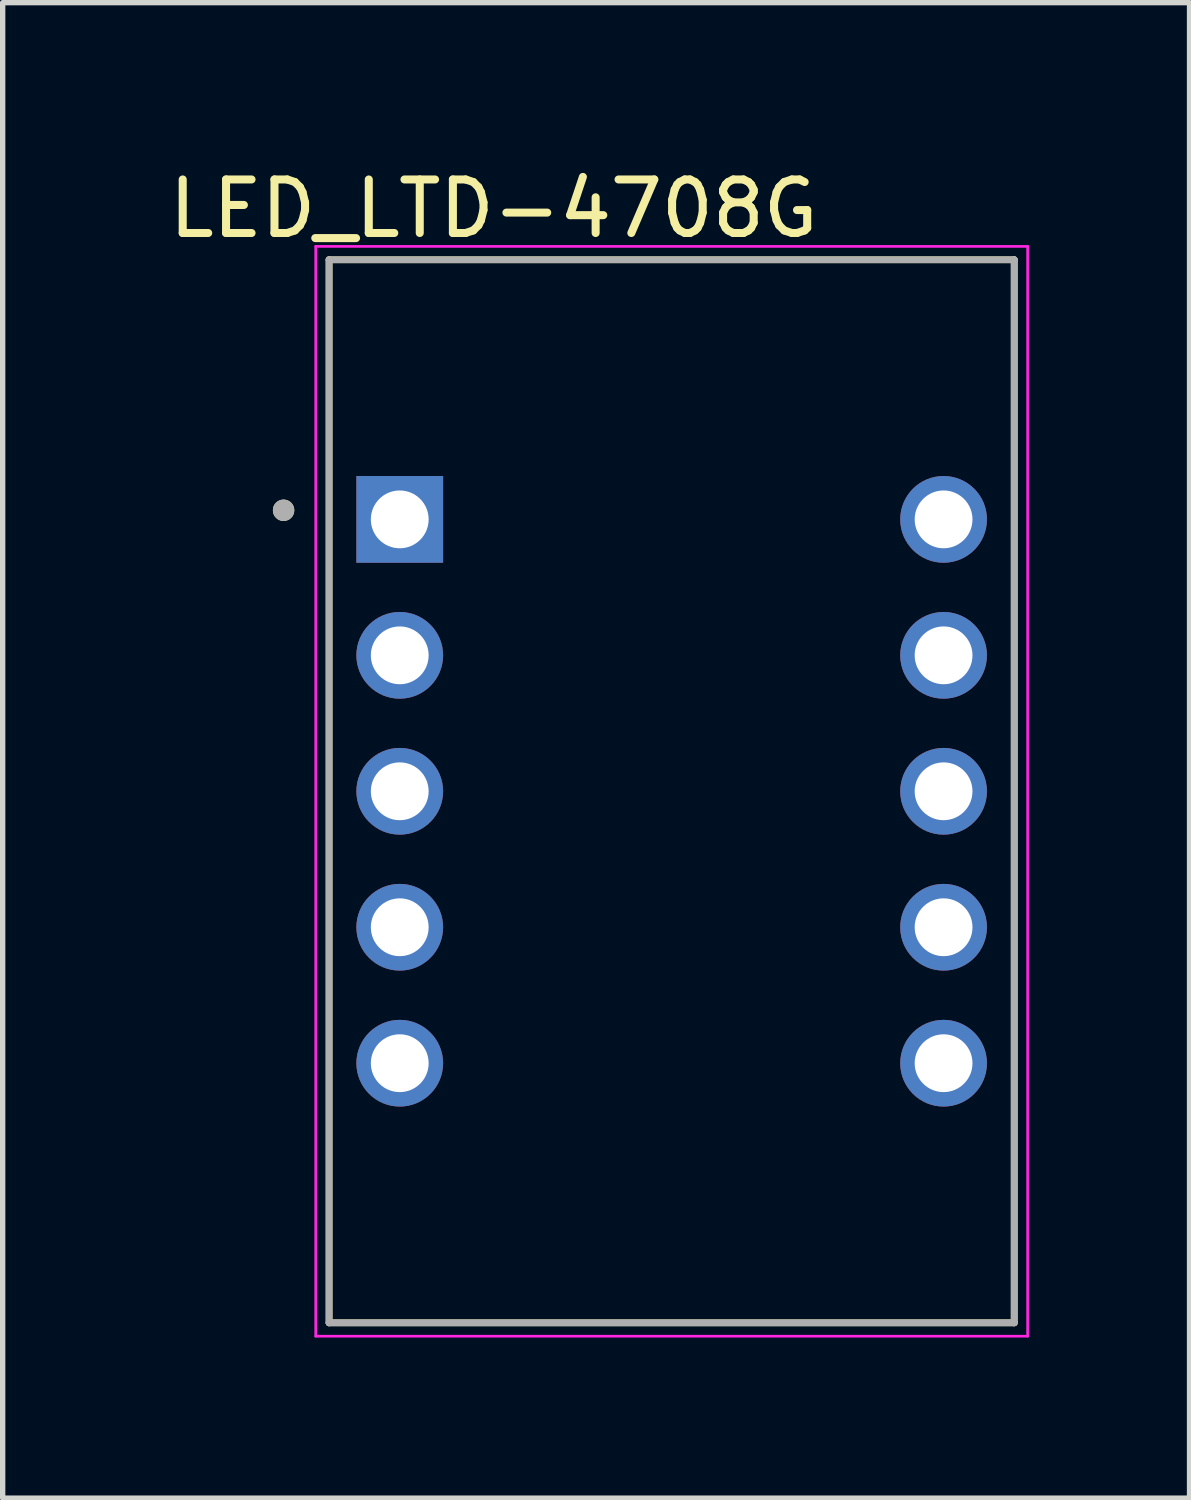
<source format=kicad_pcb>
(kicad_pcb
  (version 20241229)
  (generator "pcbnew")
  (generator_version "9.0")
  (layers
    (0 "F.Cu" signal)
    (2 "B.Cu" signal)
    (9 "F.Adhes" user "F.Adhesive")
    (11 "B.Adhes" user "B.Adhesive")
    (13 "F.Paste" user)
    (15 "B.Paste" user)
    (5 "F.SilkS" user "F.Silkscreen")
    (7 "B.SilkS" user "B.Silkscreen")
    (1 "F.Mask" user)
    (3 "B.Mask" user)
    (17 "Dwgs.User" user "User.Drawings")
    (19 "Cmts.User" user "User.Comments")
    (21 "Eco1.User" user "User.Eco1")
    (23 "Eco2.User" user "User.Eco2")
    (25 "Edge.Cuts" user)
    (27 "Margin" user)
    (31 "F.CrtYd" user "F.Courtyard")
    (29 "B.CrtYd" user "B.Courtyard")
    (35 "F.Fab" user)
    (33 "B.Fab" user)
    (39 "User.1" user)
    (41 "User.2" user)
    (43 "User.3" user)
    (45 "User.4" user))
  (footprint "LED_LTD-4708G"
    (layer "F.Cu")
    (at 9.498 11.733)
    (property "Reference" "LED_LTD-4708G" (at -3.325 -10.885 0) (layer "F.SilkS") (effects (font (size 1 1) (thickness 0.15))))
    (attr through_hole)
    (fp_line (start -6.4 -9.93) (end 6.4 -9.93) (stroke (width 0.127) (type solid)) (layer "F.SilkS"))
    (fp_line (start -6.4 9.93) (end -6.4 -9.93) (stroke (width 0.127) (type solid)) (layer "F.SilkS"))
    (fp_line (start 6.4 -9.93) (end 6.4 9.93) (stroke (width 0.127) (type solid)) (layer "F.SilkS"))
    (fp_line (start 6.4 9.93) (end -6.4 9.93) (stroke (width 0.127) (type solid)) (layer "F.SilkS"))
    (fp_circle (center -7.25 -5.25) (end -7.15 -5.25) (stroke (width 0.2) (type solid)) (fill no) (layer "F.SilkS"))
    (fp_line (start -6.65 -10.18) (end -6.65 10.18) (stroke (width 0.05) (type solid)) (layer "F.CrtYd"))
    (fp_line (start -6.65 10.18) (end 6.65 10.18) (stroke (width 0.05) (type solid)) (layer "F.CrtYd"))
    (fp_line (start 6.65 -10.18) (end -6.65 -10.18) (stroke (width 0.05) (type solid)) (layer "F.CrtYd"))
    (fp_line (start 6.65 10.18) (end 6.65 -10.18) (stroke (width 0.05) (type solid)) (layer "F.CrtYd"))
    (fp_line (start -6.4 -9.93) (end 6.4 -9.93) (stroke (width 0.127) (type solid)) (layer "F.Fab"))
    (fp_line (start -6.4 9.93) (end -6.4 -9.93) (stroke (width 0.127) (type solid)) (layer "F.Fab"))
    (fp_line (start 6.4 -9.93) (end 6.4 9.93) (stroke (width 0.127) (type solid)) (layer "F.Fab"))
    (fp_line (start 6.4 9.93) (end -6.4 9.93) (stroke (width 0.127) (type solid)) (layer "F.Fab"))
    (fp_circle (center -7.25 -5.25) (end -7.15 -5.25) (stroke (width 0.2) (type solid)) (fill no) (layer "F.Fab"))
    (pad "1" thru_hole rect (at -5.08 -5.08) (size 1.62 1.62) (drill 1.08) (layers "*.Cu" "*.Mask"))
    (pad "2" thru_hole circle (at -5.08 -2.54) (size 1.62 1.62) (drill 1.08) (layers "*.Cu" "*.Mask"))
    (pad "3" thru_hole circle (at -5.08 0) (size 1.62 1.62) (drill 1.08) (layers "*.Cu" "*.Mask"))
    (pad "4" thru_hole circle (at -5.08 2.54) (size 1.62 1.62) (drill 1.08) (layers "*.Cu" "*.Mask"))
    (pad "5" thru_hole circle (at -5.08 5.08) (size 1.62 1.62) (drill 1.08) (layers "*.Cu" "*.Mask"))
    (pad "6" thru_hole circle (at 5.08 5.08) (size 1.62 1.62) (drill 1.08) (layers "*.Cu" "*.Mask"))
    (pad "7" thru_hole circle (at 5.08 2.54) (size 1.62 1.62) (drill 1.08) (layers "*.Cu" "*.Mask"))
    (pad "8" thru_hole circle (at 5.08 0) (size 1.62 1.62) (drill 1.08) (layers "*.Cu" "*.Mask"))
    (pad "9" thru_hole circle (at 5.08 -2.54) (size 1.62 1.62) (drill 1.08) (layers "*.Cu" "*.Mask"))
    (pad "10" thru_hole circle (at 5.08 -5.08) (size 1.62 1.62) (drill 1.08) (layers "*.Cu" "*.Mask")))
  (gr_rect
    (start -3 -3)
    (end 19.173 24.938)
    (stroke (width 0.1) (type default))
    (fill no)
    (layer "Edge.Cuts")))
</source>
